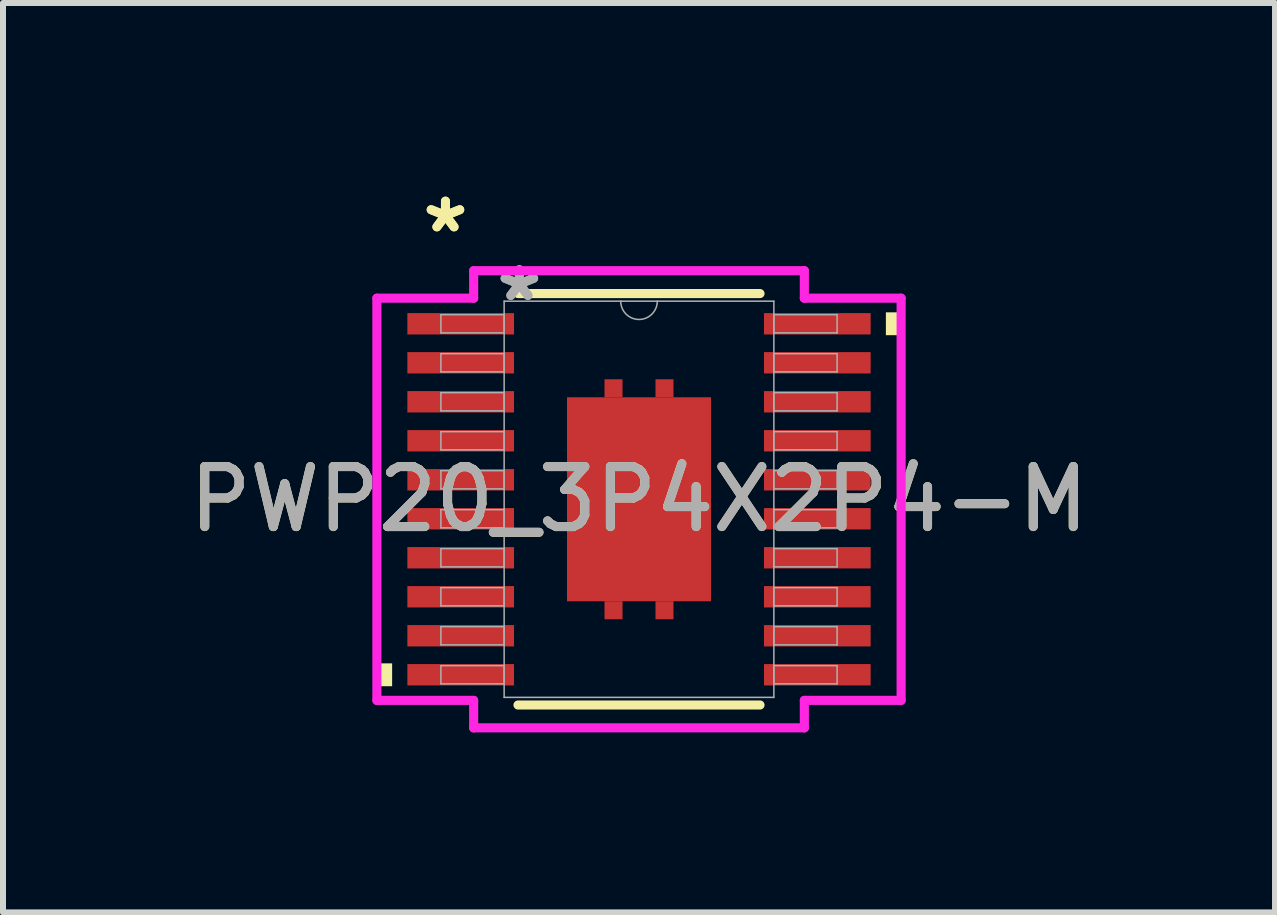
<source format=kicad_pcb>
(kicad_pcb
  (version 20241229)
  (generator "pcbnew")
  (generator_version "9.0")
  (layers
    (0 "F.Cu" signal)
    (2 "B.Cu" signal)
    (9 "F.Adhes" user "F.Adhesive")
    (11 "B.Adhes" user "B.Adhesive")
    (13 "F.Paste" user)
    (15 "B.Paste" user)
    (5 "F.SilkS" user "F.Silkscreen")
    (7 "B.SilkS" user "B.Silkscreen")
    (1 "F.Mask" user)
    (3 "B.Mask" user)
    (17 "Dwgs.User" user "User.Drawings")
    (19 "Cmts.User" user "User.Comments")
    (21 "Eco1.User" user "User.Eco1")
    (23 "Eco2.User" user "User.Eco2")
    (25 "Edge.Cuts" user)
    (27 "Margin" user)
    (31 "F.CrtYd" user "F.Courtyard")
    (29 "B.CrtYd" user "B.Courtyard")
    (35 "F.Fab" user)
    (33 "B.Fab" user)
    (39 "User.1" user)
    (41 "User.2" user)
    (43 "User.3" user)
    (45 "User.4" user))
  (footprint "PWP20_3P4X2P4-M"
    (layer "F.Cu")
    (at 7.601 5.272)
    (property "Reference" "PWP20_3P4X2P4-M" (at 0 0 0) (unlocked yes) (layer "F.SilkS") (effects (font (size 1 1) (thickness 0.15))))
    (attr smd)
    (fp_poly (pts (xy -0.275 -1.7) (xy -0.275 -2) (xy -0.575 -2) (xy -0.575 -1.7)) (stroke (width 0) (type solid)) (fill yes) (layer "F.Cu"))
    (fp_poly (pts (xy -0.275 1.7) (xy -0.275 2) (xy -0.575 2) (xy -0.575 1.7)) (stroke (width 0) (type solid)) (fill yes) (layer "F.Cu"))
    (fp_poly (pts (xy 0.275 -1.7) (xy 0.275 -2) (xy 0.575 -2) (xy 0.575 -1.7)) (stroke (width 0) (type solid)) (fill yes) (layer "F.Cu"))
    (fp_poly (pts (xy 0.275 1.7) (xy 0.275 2) (xy 0.575 2) (xy 0.575 1.7)) (stroke (width 0) (type solid)) (fill yes) (layer "F.Cu"))
    (fp_poly (pts (xy -0.275 -1.7) (xy -0.275 -2) (xy -0.575 -2) (xy -0.575 -1.7)) (stroke (width 0) (type solid)) (fill yes) (layer "F.Mask"))
    (fp_poly (pts (xy -0.275 1.7) (xy -0.275 2) (xy -0.575 2) (xy -0.575 1.7)) (stroke (width 0) (type solid)) (fill yes) (layer "F.Mask"))
    (fp_poly (pts (xy 0.275 -1.7) (xy 0.275 -2) (xy 0.575 -2) (xy 0.575 -1.7)) (stroke (width 0) (type solid)) (fill yes) (layer "F.Mask"))
    (fp_poly (pts (xy 0.275 1.7) (xy 0.275 2) (xy 0.575 2) (xy 0.575 1.7)) (stroke (width 0) (type solid)) (fill yes) (layer "F.Mask"))
    (fp_line (start -2.017 3.429) (end 2.017 3.429) (stroke (width 0.152) (type solid)) (layer "F.SilkS"))
    (fp_line (start 2.017 -3.429) (end -2.017 -3.429) (stroke (width 0.152) (type solid)) (layer "F.SilkS"))
    (fp_poly (pts (xy -4.369 2.735) (xy -4.369 3.116) (xy -4.115 3.116) (xy -4.115 2.735)) (stroke (width 0) (type solid)) (fill yes) (layer "F.SilkS"))
    (fp_poly (pts (xy 4.369 -3.116) (xy 4.369 -2.735) (xy 4.115 -2.735) (xy 4.115 -3.116)) (stroke (width 0) (type solid)) (fill yes) (layer "F.SilkS"))
    (fp_poly (pts (xy -1.1 -1.6) (xy -1.1 -0.1) (xy 1.1 -0.1) (xy 1.1 -1.6)) (stroke (width 0) (type solid)) (fill yes) (layer "F.Paste"))
    (fp_poly (pts (xy -1.1 0.1) (xy -1.1 1.6) (xy 1.1 1.6) (xy 1.1 0.1)) (stroke (width 0) (type solid)) (fill yes) (layer "F.Paste"))
    (fp_line (start -4.369 -3.352) (end -2.756 -3.352) (stroke (width 0.152) (type solid)) (layer "F.CrtYd"))
    (fp_line (start -4.369 3.352) (end -4.369 -3.352) (stroke (width 0.152) (type solid)) (layer "F.CrtYd"))
    (fp_line (start -4.369 3.352) (end -2.756 3.352) (stroke (width 0.152) (type solid)) (layer "F.CrtYd"))
    (fp_line (start -2.756 -3.81) (end 2.756 -3.81) (stroke (width 0.152) (type solid)) (layer "F.CrtYd"))
    (fp_line (start -2.756 -3.352) (end -2.756 -3.81) (stroke (width 0.152) (type solid)) (layer "F.CrtYd"))
    (fp_line (start -2.756 3.81) (end -2.756 3.352) (stroke (width 0.152) (type solid)) (layer "F.CrtYd"))
    (fp_line (start 2.756 -3.81) (end 2.756 -3.352) (stroke (width 0.152) (type solid)) (layer "F.CrtYd"))
    (fp_line (start 2.756 3.352) (end 2.756 3.81) (stroke (width 0.152) (type solid)) (layer "F.CrtYd"))
    (fp_line (start 2.756 3.81) (end -2.756 3.81) (stroke (width 0.152) (type solid)) (layer "F.CrtYd"))
    (fp_line (start 4.369 -3.352) (end 2.756 -3.352) (stroke (width 0.152) (type solid)) (layer "F.CrtYd"))
    (fp_line (start 4.369 -3.352) (end 4.369 3.352) (stroke (width 0.152) (type solid)) (layer "F.CrtYd"))
    (fp_line (start 4.369 3.352) (end 2.756 3.352) (stroke (width 0.152) (type solid)) (layer "F.CrtYd"))
    (fp_line (start -3.302 -3.077) (end -3.302 -2.773) (stroke (width 0.025) (type solid)) (layer "F.Fab"))
    (fp_line (start -3.302 -2.773) (end -2.248 -2.773) (stroke (width 0.025) (type solid)) (layer "F.Fab"))
    (fp_line (start -3.302 -2.427) (end -3.302 -2.123) (stroke (width 0.025) (type solid)) (layer "F.Fab"))
    (fp_line (start -3.302 -2.123) (end -2.248 -2.123) (stroke (width 0.025) (type solid)) (layer "F.Fab"))
    (fp_line (start -3.302 -1.777) (end -3.302 -1.473) (stroke (width 0.025) (type solid)) (layer "F.Fab"))
    (fp_line (start -3.302 -1.473) (end -2.248 -1.473) (stroke (width 0.025) (type solid)) (layer "F.Fab"))
    (fp_line (start -3.302 -1.127) (end -3.302 -0.823) (stroke (width 0.025) (type solid)) (layer "F.Fab"))
    (fp_line (start -3.302 -0.823) (end -2.248 -0.823) (stroke (width 0.025) (type solid)) (layer "F.Fab"))
    (fp_line (start -3.302 -0.477) (end -3.302 -0.173) (stroke (width 0.025) (type solid)) (layer "F.Fab"))
    (fp_line (start -3.302 -0.173) (end -2.248 -0.173) (stroke (width 0.025) (type solid)) (layer "F.Fab"))
    (fp_line (start -3.302 0.173) (end -3.302 0.477) (stroke (width 0.025) (type solid)) (layer "F.Fab"))
    (fp_line (start -3.302 0.477) (end -2.248 0.477) (stroke (width 0.025) (type solid)) (layer "F.Fab"))
    (fp_line (start -3.302 0.823) (end -3.302 1.127) (stroke (width 0.025) (type solid)) (layer "F.Fab"))
    (fp_line (start -3.302 1.127) (end -2.248 1.127) (stroke (width 0.025) (type solid)) (layer "F.Fab"))
    (fp_line (start -3.302 1.473) (end -3.302 1.777) (stroke (width 0.025) (type solid)) (layer "F.Fab"))
    (fp_line (start -3.302 1.777) (end -2.248 1.777) (stroke (width 0.025) (type solid)) (layer "F.Fab"))
    (fp_line (start -3.302 2.123) (end -3.302 2.427) (stroke (width 0.025) (type solid)) (layer "F.Fab"))
    (fp_line (start -3.302 2.427) (end -2.248 2.427) (stroke (width 0.025) (type solid)) (layer "F.Fab"))
    (fp_line (start -3.302 2.773) (end -3.302 3.077) (stroke (width 0.025) (type solid)) (layer "F.Fab"))
    (fp_line (start -3.302 3.077) (end -2.248 3.077) (stroke (width 0.025) (type solid)) (layer "F.Fab"))
    (fp_line (start -2.248 -3.302) (end -2.248 3.302) (stroke (width 0.025) (type solid)) (layer "F.Fab"))
    (fp_line (start -2.248 -3.077) (end -3.302 -3.077) (stroke (width 0.025) (type solid)) (layer "F.Fab"))
    (fp_line (start -2.248 -2.773) (end -2.248 -3.077) (stroke (width 0.025) (type solid)) (layer "F.Fab"))
    (fp_line (start -2.248 -2.427) (end -3.302 -2.427) (stroke (width 0.025) (type solid)) (layer "F.Fab"))
    (fp_line (start -2.248 -2.123) (end -2.248 -2.427) (stroke (width 0.025) (type solid)) (layer "F.Fab"))
    (fp_line (start -2.248 -1.777) (end -3.302 -1.777) (stroke (width 0.025) (type solid)) (layer "F.Fab"))
    (fp_line (start -2.248 -1.473) (end -2.248 -1.777) (stroke (width 0.025) (type solid)) (layer "F.Fab"))
    (fp_line (start -2.248 -1.127) (end -3.302 -1.127) (stroke (width 0.025) (type solid)) (layer "F.Fab"))
    (fp_line (start -2.248 -0.823) (end -2.248 -1.127) (stroke (width 0.025) (type solid)) (layer "F.Fab"))
    (fp_line (start -2.248 -0.477) (end -3.302 -0.477) (stroke (width 0.025) (type solid)) (layer "F.Fab"))
    (fp_line (start -2.248 -0.173) (end -2.248 -0.477) (stroke (width 0.025) (type solid)) (layer "F.Fab"))
    (fp_line (start -2.248 0.173) (end -3.302 0.173) (stroke (width 0.025) (type solid)) (layer "F.Fab"))
    (fp_line (start -2.248 0.477) (end -2.248 0.173) (stroke (width 0.025) (type solid)) (layer "F.Fab"))
    (fp_line (start -2.248 0.823) (end -3.302 0.823) (stroke (width 0.025) (type solid)) (layer "F.Fab"))
    (fp_line (start -2.248 1.127) (end -2.248 0.823) (stroke (width 0.025) (type solid)) (layer "F.Fab"))
    (fp_line (start -2.248 1.473) (end -3.302 1.473) (stroke (width 0.025) (type solid)) (layer "F.Fab"))
    (fp_line (start -2.248 1.777) (end -2.248 1.473) (stroke (width 0.025) (type solid)) (layer "F.Fab"))
    (fp_line (start -2.248 2.123) (end -3.302 2.123) (stroke (width 0.025) (type solid)) (layer "F.Fab"))
    (fp_line (start -2.248 2.427) (end -2.248 2.123) (stroke (width 0.025) (type solid)) (layer "F.Fab"))
    (fp_line (start -2.248 2.773) (end -3.302 2.773) (stroke (width 0.025) (type solid)) (layer "F.Fab"))
    (fp_line (start -2.248 3.077) (end -2.248 2.773) (stroke (width 0.025) (type solid)) (layer "F.Fab"))
    (fp_line (start -2.248 3.302) (end 2.248 3.302) (stroke (width 0.025) (type solid)) (layer "F.Fab"))
    (fp_line (start 2.248 -3.302) (end -2.248 -3.302) (stroke (width 0.025) (type solid)) (layer "F.Fab"))
    (fp_line (start 2.248 -3.077) (end 2.248 -2.773) (stroke (width 0.025) (type solid)) (layer "F.Fab"))
    (fp_line (start 2.248 -2.773) (end 3.302 -2.773) (stroke (width 0.025) (type solid)) (layer "F.Fab"))
    (fp_line (start 2.248 -2.427) (end 2.248 -2.123) (stroke (width 0.025) (type solid)) (layer "F.Fab"))
    (fp_line (start 2.248 -2.123) (end 3.302 -2.123) (stroke (width 0.025) (type solid)) (layer "F.Fab"))
    (fp_line (start 2.248 -1.777) (end 2.248 -1.473) (stroke (width 0.025) (type solid)) (layer "F.Fab"))
    (fp_line (start 2.248 -1.473) (end 3.302 -1.473) (stroke (width 0.025) (type solid)) (layer "F.Fab"))
    (fp_line (start 2.248 -1.127) (end 2.248 -0.823) (stroke (width 0.025) (type solid)) (layer "F.Fab"))
    (fp_line (start 2.248 -0.823) (end 3.302 -0.823) (stroke (width 0.025) (type solid)) (layer "F.Fab"))
    (fp_line (start 2.248 -0.477) (end 2.248 -0.173) (stroke (width 0.025) (type solid)) (layer "F.Fab"))
    (fp_line (start 2.248 -0.173) (end 3.302 -0.173) (stroke (width 0.025) (type solid)) (layer "F.Fab"))
    (fp_line (start 2.248 0.173) (end 2.248 0.477) (stroke (width 0.025) (type solid)) (layer "F.Fab"))
    (fp_line (start 2.248 0.477) (end 3.302 0.477) (stroke (width 0.025) (type solid)) (layer "F.Fab"))
    (fp_line (start 2.248 0.823) (end 2.248 1.127) (stroke (width 0.025) (type solid)) (layer "F.Fab"))
    (fp_line (start 2.248 1.127) (end 3.302 1.127) (stroke (width 0.025) (type solid)) (layer "F.Fab"))
    (fp_line (start 2.248 1.473) (end 2.248 1.777) (stroke (width 0.025) (type solid)) (layer "F.Fab"))
    (fp_line (start 2.248 1.777) (end 3.302 1.777) (stroke (width 0.025) (type solid)) (layer "F.Fab"))
    (fp_line (start 2.248 2.123) (end 2.248 2.427) (stroke (width 0.025) (type solid)) (layer "F.Fab"))
    (fp_line (start 2.248 2.427) (end 3.302 2.427) (stroke (width 0.025) (type solid)) (layer "F.Fab"))
    (fp_line (start 2.248 2.773) (end 2.248 3.077) (stroke (width 0.025) (type solid)) (layer "F.Fab"))
    (fp_line (start 2.248 3.077) (end 3.302 3.077) (stroke (width 0.025) (type solid)) (layer "F.Fab"))
    (fp_line (start 2.248 3.302) (end 2.248 -3.302) (stroke (width 0.025) (type solid)) (layer "F.Fab"))
    (fp_line (start 3.302 -3.077) (end 2.248 -3.077) (stroke (width 0.025) (type solid)) (layer "F.Fab"))
    (fp_line (start 3.302 -2.773) (end 3.302 -3.077) (stroke (width 0.025) (type solid)) (layer "F.Fab"))
    (fp_line (start 3.302 -2.427) (end 2.248 -2.427) (stroke (width 0.025) (type solid)) (layer "F.Fab"))
    (fp_line (start 3.302 -2.123) (end 3.302 -2.427) (stroke (width 0.025) (type solid)) (layer "F.Fab"))
    (fp_line (start 3.302 -1.777) (end 2.248 -1.777) (stroke (width 0.025) (type solid)) (layer "F.Fab"))
    (fp_line (start 3.302 -1.473) (end 3.302 -1.777) (stroke (width 0.025) (type solid)) (layer "F.Fab"))
    (fp_line (start 3.302 -1.127) (end 2.248 -1.127) (stroke (width 0.025) (type solid)) (layer "F.Fab"))
    (fp_line (start 3.302 -0.823) (end 3.302 -1.127) (stroke (width 0.025) (type solid)) (layer "F.Fab"))
    (fp_line (start 3.302 -0.477) (end 2.248 -0.477) (stroke (width 0.025) (type solid)) (layer "F.Fab"))
    (fp_line (start 3.302 -0.173) (end 3.302 -0.477) (stroke (width 0.025) (type solid)) (layer "F.Fab"))
    (fp_line (start 3.302 0.173) (end 2.248 0.173) (stroke (width 0.025) (type solid)) (layer "F.Fab"))
    (fp_line (start 3.302 0.477) (end 3.302 0.173) (stroke (width 0.025) (type solid)) (layer "F.Fab"))
    (fp_line (start 3.302 0.823) (end 2.248 0.823) (stroke (width 0.025) (type solid)) (layer "F.Fab"))
    (fp_line (start 3.302 1.127) (end 3.302 0.823) (stroke (width 0.025) (type solid)) (layer "F.Fab"))
    (fp_line (start 3.302 1.473) (end 2.248 1.473) (stroke (width 0.025) (type solid)) (layer "F.Fab"))
    (fp_line (start 3.302 1.777) (end 3.302 1.473) (stroke (width 0.025) (type solid)) (layer "F.Fab"))
    (fp_line (start 3.302 2.123) (end 2.248 2.123) (stroke (width 0.025) (type solid)) (layer "F.Fab"))
    (fp_line (start 3.302 2.427) (end 3.302 2.123) (stroke (width 0.025) (type solid)) (layer "F.Fab"))
    (fp_line (start 3.302 2.773) (end 2.248 2.773) (stroke (width 0.025) (type solid)) (layer "F.Fab"))
    (fp_line (start 3.302 3.077) (end 3.302 2.773) (stroke (width 0.025) (type solid)) (layer "F.Fab"))
    (fp_arc (start 0.3048 -3.302) (mid 0 -2.9972) (end -0.3048 -3.302) (stroke (width 0.0254) (type solid)) (layer "F.Fab"))
    (fp_text user "*" (at -3.226 -4.424 0) (unlocked yes) (layer "F.SilkS") (effects (font (size 1 1) (thickness 0.15))))
    (fp_text user "*" (at -3.226 -4.424 0) (layer "F.SilkS") (effects (font (size 1 1) (thickness 0.15))))
    (fp_text user "*" (at -1.994 -3.281 0) (layer "F.Fab") (effects (font (size 1 1) (thickness 0.15))))
    (fp_text user "*" (at -1.994 -3.281 0) (unlocked yes) (layer "F.Fab") (effects (font (size 1 1) (thickness 0.15))))
    (fp_text user "${REFERENCE}" (at 0 0 0) (unlocked yes) (layer "F.Fab") (effects (font (size 1 1) (thickness 0.15))))
    (pad "1" smd rect (at -2.972 -2.925) (size 1.778 0.356) (layers "F.Cu" "F.Mask" "F.Paste"))
    (pad "2" smd rect (at -2.972 -2.275) (size 1.778 0.356) (layers "F.Cu" "F.Mask" "F.Paste"))
    (pad "3" smd rect (at -2.972 -1.625) (size 1.778 0.356) (layers "F.Cu" "F.Mask" "F.Paste"))
    (pad "4" smd rect (at -2.972 -0.975) (size 1.778 0.356) (layers "F.Cu" "F.Mask" "F.Paste"))
    (pad "5" smd rect (at -2.972 -0.325) (size 1.778 0.356) (layers "F.Cu" "F.Mask" "F.Paste"))
    (pad "6" smd rect (at -2.972 0.325) (size 1.778 0.356) (layers "F.Cu" "F.Mask" "F.Paste"))
    (pad "7" smd rect (at -2.972 0.975) (size 1.778 0.356) (layers "F.Cu" "F.Mask" "F.Paste"))
    (pad "8" smd rect (at -2.972 1.625) (size 1.778 0.356) (layers "F.Cu" "F.Mask" "F.Paste"))
    (pad "9" smd rect (at -2.972 2.275) (size 1.778 0.356) (layers "F.Cu" "F.Mask" "F.Paste"))
    (pad "10" smd rect (at -2.972 2.925) (size 1.778 0.356) (layers "F.Cu" "F.Mask" "F.Paste"))
    (pad "11" smd rect (at 2.972 2.925) (size 1.778 0.356) (layers "F.Cu" "F.Mask" "F.Paste"))
    (pad "12" smd rect (at 2.972 2.275) (size 1.778 0.356) (layers "F.Cu" "F.Mask" "F.Paste"))
    (pad "13" smd rect (at 2.972 1.625) (size 1.778 0.356) (layers "F.Cu" "F.Mask" "F.Paste"))
    (pad "14" smd rect (at 2.972 0.975) (size 1.778 0.356) (layers "F.Cu" "F.Mask" "F.Paste"))
    (pad "15" smd rect (at 2.972 0.325) (size 1.778 0.356) (layers "F.Cu" "F.Mask" "F.Paste"))
    (pad "16" smd rect (at 2.972 -0.325) (size 1.778 0.356) (layers "F.Cu" "F.Mask" "F.Paste"))
    (pad "17" smd rect (at 2.972 -0.975) (size 1.778 0.356) (layers "F.Cu" "F.Mask" "F.Paste"))
    (pad "18" smd rect (at 2.972 -1.625) (size 1.778 0.356) (layers "F.Cu" "F.Mask" "F.Paste"))
    (pad "19" smd rect (at 2.972 -2.275) (size 1.778 0.356) (layers "F.Cu" "F.Mask" "F.Paste"))
    (pad "20" smd rect (at 2.972 -2.925) (size 1.778 0.356) (layers "F.Cu" "F.Mask" "F.Paste"))
    (pad "21" smd rect (at 0 0) (size 2.4 3.4) (layers "F.Cu" "F.Mask" "F.Paste")))
  (gr_rect
    (start -3 -3)
    (end 18.202 12.158)
    (stroke (width 0.1) (type default))
    (fill no)
    (layer "Edge.Cuts")))
</source>
